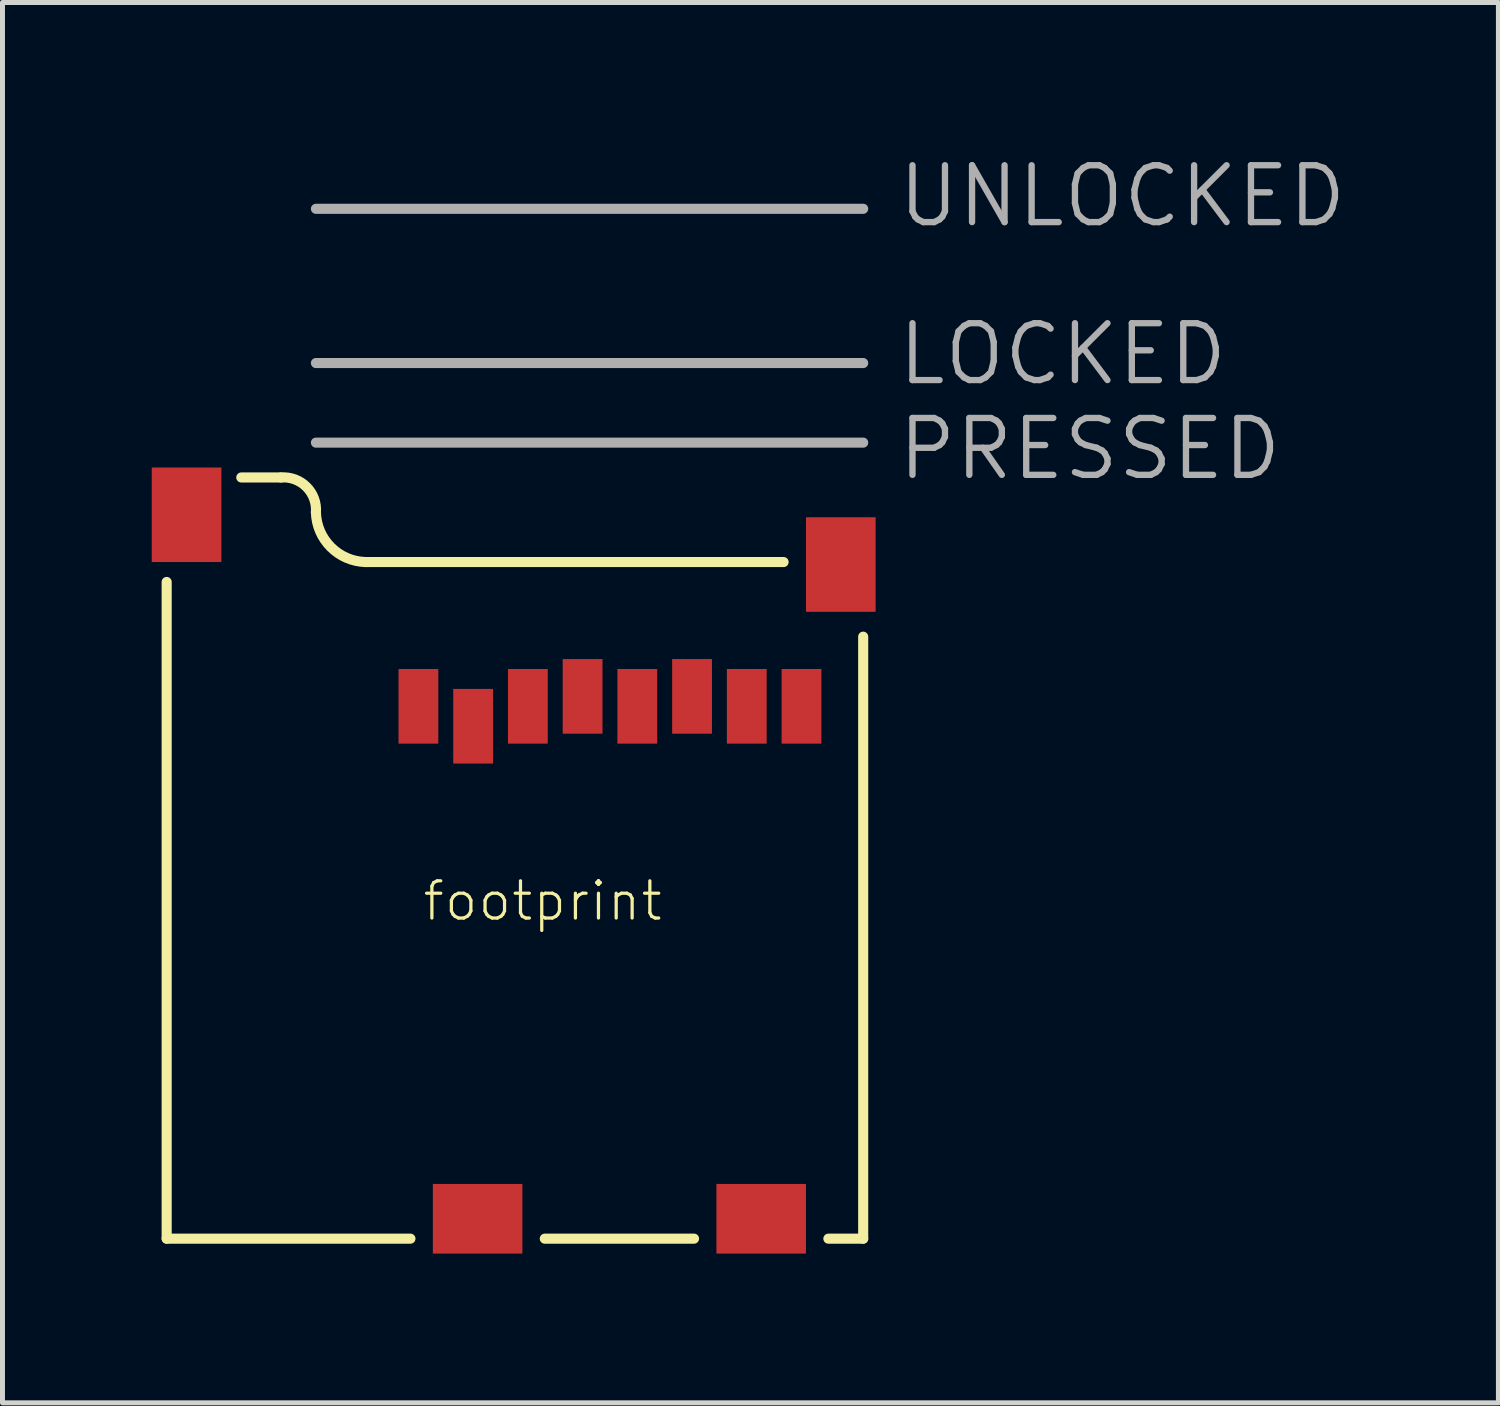
<source format=kicad_pcb>
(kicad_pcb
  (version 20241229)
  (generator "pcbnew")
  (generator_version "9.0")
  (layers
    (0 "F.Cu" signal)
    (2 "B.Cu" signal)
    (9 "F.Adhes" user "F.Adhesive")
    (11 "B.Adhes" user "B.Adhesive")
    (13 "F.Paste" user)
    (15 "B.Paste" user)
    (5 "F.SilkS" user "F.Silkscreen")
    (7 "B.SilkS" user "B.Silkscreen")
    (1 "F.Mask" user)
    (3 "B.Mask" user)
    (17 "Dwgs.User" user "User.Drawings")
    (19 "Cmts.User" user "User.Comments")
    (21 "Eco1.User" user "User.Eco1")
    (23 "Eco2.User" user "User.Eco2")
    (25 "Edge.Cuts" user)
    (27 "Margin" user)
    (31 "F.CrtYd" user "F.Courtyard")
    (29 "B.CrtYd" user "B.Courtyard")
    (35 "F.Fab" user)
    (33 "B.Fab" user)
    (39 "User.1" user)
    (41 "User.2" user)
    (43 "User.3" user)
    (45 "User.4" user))
  (footprint "footprint"
    (layer "F.Cu")
    (at 0.33 21.847)
    (property "Reference" "footprint" (at 5.08 -6.35 0) (layer "F.SilkS") (effects (font (size 0.748 0.748) (thickness 0.065)) (justify left bottom)))
    (fp_line (start -0.03 0) (end -0.03 -13.2) (stroke (width 0.203) (type solid)) (layer "F.SilkS"))
    (fp_line (start -0.03 0) (end 4.87 0) (stroke (width 0.203) (type solid)) (layer "F.SilkS"))
    (fp_line (start 2.27 -15.3) (end 1.47 -15.3) (stroke (width 0.203) (type solid)) (layer "F.SilkS"))
    (fp_line (start 3.97 -13.6) (end 12.37 -13.6) (stroke (width 0.203) (type solid)) (layer "F.SilkS"))
    (fp_line (start 10.57 0) (end 7.57 0) (stroke (width 0.203) (type solid)) (layer "F.SilkS"))
    (fp_line (start 13.97 -12.1) (end 13.97 0) (stroke (width 0.203) (type solid)) (layer "F.SilkS"))
    (fp_line (start 13.97 0) (end 13.27 0) (stroke (width 0.203) (type solid)) (layer "F.SilkS"))
    (fp_arc (start 2.27 -15.3) (mid 2.780977 -15.110977) (end 2.97 -14.6) (stroke (width 0.2032) (type solid)) (layer "F.SilkS"))
    (fp_arc (start 3.969998 -13.6) (mid 3.269999 -13.9) (end 2.97 -14.6) (stroke (width 0.2032) (type solid)) (layer "F.SilkS"))
    (fp_line (start 2.97 -16) (end 13.97 -16) (stroke (width 0.203) (type solid)) (layer "F.Fab"))
    (fp_line (start 13.97 -20.7) (end 2.97 -20.7) (stroke (width 0.203) (type solid)) (layer "F.Fab"))
    (fp_line (start 13.97 -17.6) (end 2.97 -17.6) (stroke (width 0.203) (type solid)) (layer "F.Fab"))
    (fp_text user "PRESSED" (at 14.605 -15.875 0) (layer "F.Fab") (effects (font (size 1.143 1.143) (thickness 0.127)) (justify left)))
    (fp_text user "LOCKED" (at 14.605 -17.78 0) (layer "F.Fab") (effects (font (size 1.143 1.143) (thickness 0.127)) (justify left)))
    (fp_text user "UNLOCKED" (at 14.605 -20.955 0) (layer "F.Fab") (effects (font (size 1.143 1.143) (thickness 0.127)) (justify left)))
    (pad "CD/DAT3" smd rect (at 6.13 -10.3) (size 0.8 1.5) (layers "F.Cu" "F.Mask" "F.Paste"))
    (pad "CD1" smd rect (at 11.92 -0.4) (size 1.8 1.4) (layers "F.Cu" "F.Mask" "F.Paste"))
    (pad "CD2" smd rect (at 6.22 -0.4) (size 1.8 1.4) (layers "F.Cu" "F.Mask" "F.Paste"))
    (pad "CLK" smd rect (at 9.43 -10.7) (size 0.8 1.5) (layers "F.Cu" "F.Mask" "F.Paste"))
    (pad "CMD" smd rect (at 7.23 -10.7) (size 0.8 1.5) (layers "F.Cu" "F.Mask" "F.Paste"))
    (pad "DAT0" smd rect (at 11.63 -10.7) (size 0.8 1.5) (layers "F.Cu" "F.Mask" "F.Paste"))
    (pad "DAT1" smd rect (at 12.73 -10.7) (size 0.8 1.5) (layers "F.Cu" "F.Mask" "F.Paste"))
    (pad "DAT2" smd rect (at 5.03 -10.7) (size 0.8 1.5) (layers "F.Cu" "F.Mask" "F.Paste"))
    (pad "GND" smd rect (at 10.53 -10.9) (size 0.8 1.5) (layers "F.Cu" "F.Mask" "F.Paste"))
    (pad "GND1" smd rect (at 0.37 -14.55) (size 1.4 1.9) (layers "F.Cu" "F.Mask" "F.Paste"))
    (pad "GND3" smd rect (at 13.52 -13.55) (size 1.4 1.9) (layers "F.Cu" "F.Mask" "F.Paste"))
    (pad "VCC" smd rect (at 8.33 -10.9) (size 0.8 1.5) (layers "F.Cu" "F.Mask" "F.Paste")))
  (gr_rect
    (start -3 -3)
    (end 27.068 25.147)
    (stroke (width 0.1) (type default))
    (fill no)
    (layer "Edge.Cuts")))
</source>
